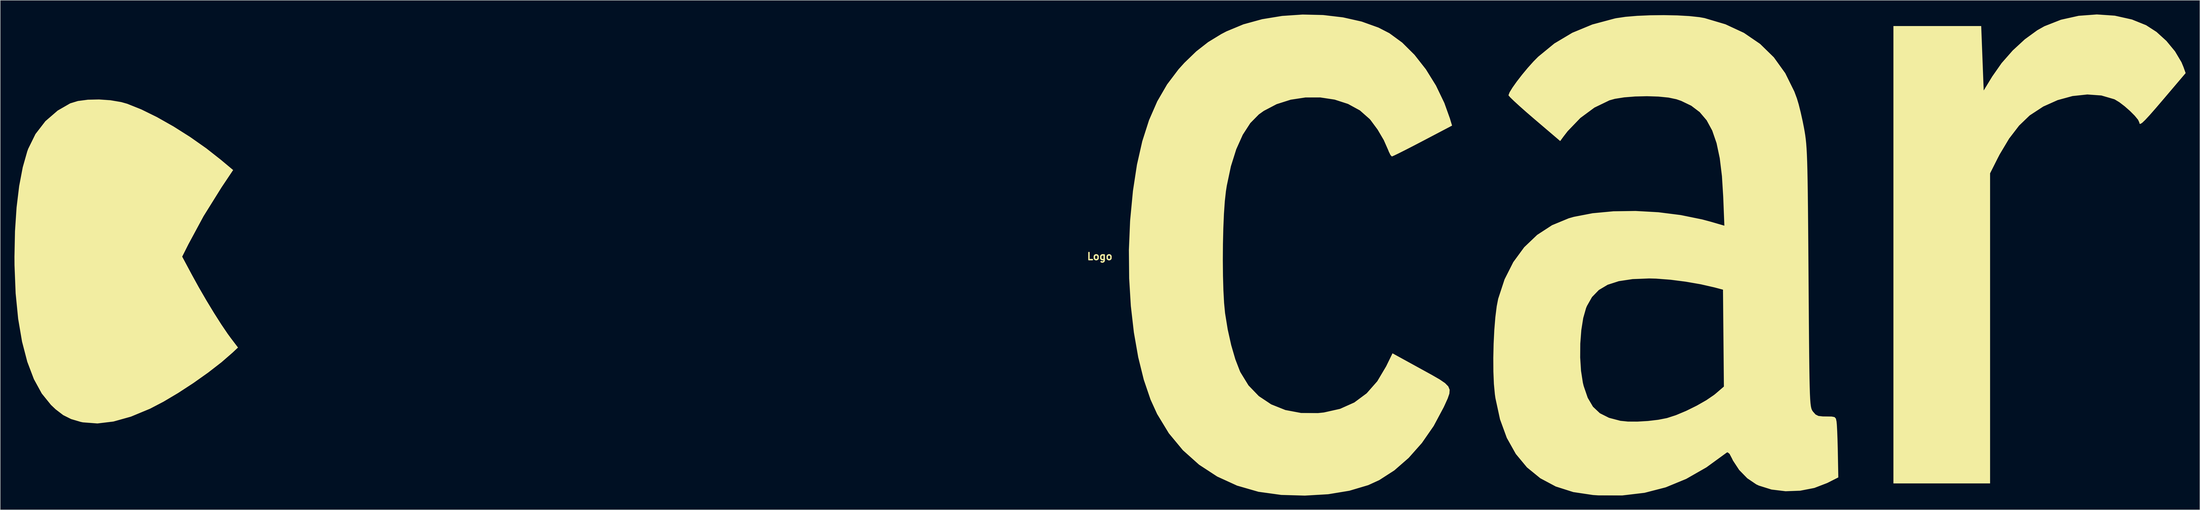
<source format=kicad_pcb>
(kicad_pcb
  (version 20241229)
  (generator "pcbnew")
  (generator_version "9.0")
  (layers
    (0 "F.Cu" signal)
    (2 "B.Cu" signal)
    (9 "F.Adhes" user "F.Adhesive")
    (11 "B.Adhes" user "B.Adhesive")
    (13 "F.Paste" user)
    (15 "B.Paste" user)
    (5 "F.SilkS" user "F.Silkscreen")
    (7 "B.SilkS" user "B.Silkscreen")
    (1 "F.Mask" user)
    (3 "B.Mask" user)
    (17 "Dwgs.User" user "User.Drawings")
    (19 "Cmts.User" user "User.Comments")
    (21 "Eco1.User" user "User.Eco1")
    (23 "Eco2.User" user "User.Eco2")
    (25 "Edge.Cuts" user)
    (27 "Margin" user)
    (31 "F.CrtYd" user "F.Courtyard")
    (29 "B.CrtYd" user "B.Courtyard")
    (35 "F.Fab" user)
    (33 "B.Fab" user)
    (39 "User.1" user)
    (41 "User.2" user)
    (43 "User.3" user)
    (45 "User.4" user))
  (footprint "Logo"
    (layer "F.Cu")
    (at 228.958 51.103)
    (property "Reference" "Logo" (at 0 0 0) (layer "F.SilkS") (effects (font (size 1.5 1.5) (thickness 0.3))))
    (attr board_only exclude_from_pos_files exclude_from_bom)
    (fp_poly (pts (xy 214.132 -50.843) (xy 217.74 -50.035) (xy 220.73 -48.83) (xy 222.927 -47.41) (xy 225.018 -45.507) (xy 226.831 -43.31) (xy 228.195 -41.011) (xy 228.609 -40.017) (xy 229.073 -38.715) (xy 224.484 -33.31) (xy 222.79 -31.327) (xy 221.497 -29.852) (xy 220.555 -28.834) (xy 219.915 -28.225) (xy 219.526 -27.977) (xy 219.338 -28.041) (xy 219.299 -28.283) (xy 219.031 -28.862) (xy 218.329 -29.717) (xy 217.339 -30.711) (xy 216.209 -31.705) (xy 215.089 -32.562) (xy 214.126 -33.145) (xy 214.005 -33.2) (xy 211.298 -33.987) (xy 208.323 -34.201) (xy 205.204 -33.868) (xy 202.067 -33.011) (xy 199.04 -31.656) (xy 196.246 -29.827) (xy 196.118 -29.726) (xy 193.943 -27.633) (xy 191.836 -24.887) (xy 189.843 -21.548) (xy 189.387 -20.667) (xy 187.817 -17.544) (xy 187.817 15.197) (xy 187.817 47.938) (xy 177.621 47.938) (xy 167.425 47.938) (xy 167.425 -0.358) (xy 167.425 -48.654) (xy 176.685 -48.654) (xy 185.945 -48.654) (xy 186.207 -41.849) (xy 186.469 -35.045) (xy 188.273 -38.004) (xy 190.249 -40.829) (xy 192.592 -43.496) (xy 195.15 -45.856) (xy 197.767 -47.761) (xy 199.281 -48.614) (xy 202.771 -49.987) (xy 206.505 -50.818) (xy 210.339 -51.103)) (stroke (width 0) (type solid)) (fill yes) (layer "F.SilkS"))
    (fp_poly (pts (xy -208.703 -32.981) (xy -206.436 -32.595) (xy -205.168 -32.236) (xy -202.198 -31.047) (xy -198.894 -29.421) (xy -195.406 -27.447) (xy -191.882 -25.216) (xy -188.474 -22.816) (xy -185.41 -20.405) (xy -182.824 -18.241) (xy -185.274 -14.576) (xy -189.065 -8.495) (xy -192.258 -2.571) (xy -193.572 0.045) (xy -191.529 3.868) (xy -190.053 6.548) (xy -188.464 9.289) (xy -186.858 11.939) (xy -185.329 14.343) (xy -183.972 16.346) (xy -183.331 17.223) (xy -181.8 19.241) (xy -182.93 20.304) (xy -185.284 22.352) (xy -188.11 24.543) (xy -191.218 26.747) (xy -194.418 28.836) (xy -197.521 30.68) (xy -200.337 32.151) (xy -200.348 32.157) (xy -204.378 33.831) (xy -208.084 34.87) (xy -211.463 35.275) (xy -214.516 35.044) (xy -215.006 34.941) (xy -217.005 34.348) (xy -218.673 33.516) (xy -220.27 32.294) (xy -221.267 31.348) (xy -223.198 28.955) (xy -224.86 25.919) (xy -226.247 22.262) (xy -227.355 18.005) (xy -228.178 13.172) (xy -228.71 7.784) (xy -228.946 1.864) (xy -228.958 0.086) (xy -228.845 -5.344) (xy -228.511 -10.347) (xy -227.964 -14.859) (xy -227.212 -18.82) (xy -226.264 -22.164) (xy -226.063 -22.722) (xy -224.525 -25.848) (xy -222.428 -28.567) (xy -219.838 -30.806) (xy -217.198 -32.326) (xy -215.575 -32.823) (xy -213.48 -33.097) (xy -211.12 -33.149)) (stroke (width 0) (type solid)) (fill yes) (layer "F.SilkS"))
    (fp_poly (pts (xy 47.108 -50.98) (xy 51.305 -50.484) (xy 55.247 -49.597) (xy 58.807 -48.319) (xy 61.098 -47.137) (xy 63.803 -45.156) (xy 66.397 -42.576) (xy 68.798 -39.513) (xy 70.924 -36.083) (xy 72.693 -32.404) (xy 73.862 -29.139) (xy 74.317 -27.628) (xy 68.113 -24.368) (xy 66.187 -23.363) (xy 64.474 -22.484) (xy 63.076 -21.781) (xy 62.094 -21.306) (xy 61.63 -21.109) (xy 61.614 -21.107) (xy 61.321 -21.411) (xy 60.952 -22.168) (xy 60.847 -22.449) (xy 59.911 -24.567) (xy 58.605 -26.789) (xy 57.13 -28.785) (xy 56.927 -29.02) (xy 54.872 -30.835) (xy 52.373 -32.202) (xy 49.546 -33.117) (xy 46.508 -33.575) (xy 43.378 -33.57) (xy 40.271 -33.098) (xy 37.305 -32.155) (xy 34.598 -30.735) (xy 33.559 -29.989) (xy 31.762 -28.164) (xy 30.167 -25.697) (xy 28.793 -22.637) (xy 27.662 -19.035) (xy 26.796 -14.94) (xy 26.609 -13.744) (xy 26.375 -11.635) (xy 26.192 -8.969) (xy 26.061 -5.906) (xy 25.983 -2.604) (xy 25.959 0.78) (xy 25.991 4.086) (xy 26.079 7.158) (xy 26.225 9.837) (xy 26.429 11.964) (xy 26.431 11.985) (xy 26.99 15.435) (xy 27.727 18.742) (xy 28.595 21.721) (xy 29.547 24.193) (xy 29.683 24.485) (xy 31.374 27.241) (xy 33.551 29.502) (xy 36.161 31.244) (xy 39.147 32.44) (xy 42.455 33.062) (xy 46.03 33.085) (xy 47.282 32.954) (xy 50.693 32.189) (xy 53.695 30.844) (xy 56.304 28.907) (xy 58.537 26.367) (xy 60.409 23.213) (xy 60.415 23.2) (xy 61.753 20.463) (xy 67.814 23.795) (xy 70.032 25.016) (xy 71.687 25.97) (xy 72.831 26.75) (xy 73.521 27.45) (xy 73.809 28.161) (xy 73.751 28.977) (xy 73.401 29.991) (xy 72.813 31.295) (xy 72.548 31.865) (xy 70.439 35.815) (xy 67.952 39.402) (xy 65.16 42.552) (xy 62.136 45.19) (xy 58.953 47.241) (xy 56.633 48.301) (xy 52.661 49.482) (xy 48.182 50.221) (xy 43.254 50.511) (xy 38.279 50.369) (xy 33.474 49.706) (xy 28.957 48.402) (xy 24.768 46.485) (xy 20.946 43.985) (xy 17.534 40.931) (xy 14.57 37.354) (xy 12.096 33.282) (xy 10.708 30.234) (xy 9.283 26.043) (xy 8.108 21.283) (xy 7.194 16.058) (xy 6.553 10.474) (xy 6.198 4.635) (xy 6.14 -1.353) (xy 6.392 -7.385) (xy 6.413 -7.692) (xy 6.997 -13.842) (xy 7.842 -19.372) (xy 8.967 -24.333) (xy 10.389 -28.777) (xy 12.126 -32.756) (xy 14.197 -36.321) (xy 16.618 -39.525) (xy 17.846 -40.884) (xy 20.355 -43.307) (xy 22.859 -45.263) (xy 25.621 -46.951) (xy 26.725 -47.528) (xy 30.299 -49.014) (xy 34.251 -50.1) (xy 38.454 -50.789) (xy 42.782 -51.082)) (stroke (width 0) (type solid)) (fill yes) (layer "F.SilkS"))
    (fp_poly (pts (xy 121.777 -50.902) (xy 124.338 -50.76) (xy 126.483 -50.531) (xy 127.578 -50.334) (xy 131.989 -49.024) (xy 135.896 -47.207) (xy 139.3 -44.881) (xy 142.203 -42.044) (xy 144.609 -38.695) (xy 146.519 -34.831) (xy 147.069 -33.361) (xy 147.433 -32.142) (xy 147.855 -30.464) (xy 148.275 -28.576) (xy 148.551 -27.189) (xy 148.694 -26.396) (xy 148.819 -25.617) (xy 148.927 -24.797) (xy 149.021 -23.882) (xy 149.101 -22.816) (xy 149.17 -21.546) (xy 149.228 -20.017) (xy 149.279 -18.173) (xy 149.323 -15.961) (xy 149.363 -13.325) (xy 149.399 -10.211) (xy 149.433 -6.564) (xy 149.468 -2.329) (xy 149.505 2.548) (xy 149.518 4.357) (xy 149.555 9.434) (xy 149.589 13.844) (xy 149.621 17.637) (xy 149.653 20.861) (xy 149.686 23.565) (xy 149.722 25.799) (xy 149.764 27.61) (xy 149.811 29.049) (xy 149.867 30.163) (xy 149.933 31.002) (xy 150.01 31.615) (xy 150.101 32.051) (xy 150.206 32.358) (xy 150.327 32.586) (xy 150.466 32.783) (xy 150.477 32.797) (xy 151.003 33.386) (xy 151.6 33.686) (xy 152.522 33.791) (xy 153.249 33.798) (xy 154.393 33.813) (xy 155.012 33.934) (xy 155.294 34.254) (xy 155.427 34.865) (xy 155.428 34.871) (xy 155.495 35.609) (xy 155.564 36.902) (xy 155.628 38.593) (xy 155.681 40.52) (xy 155.698 41.31) (xy 155.799 46.667) (xy 153.473 47.844) (xy 150.746 48.894) (xy 147.751 49.477) (xy 144.675 49.591) (xy 141.709 49.233) (xy 139.041 48.398) (xy 138.487 48.137) (xy 136.594 46.853) (xy 134.881 45.096) (xy 133.573 43.105) (xy 133.373 42.683) (xy 132.858 41.703) (xy 132.449 41.366) (xy 132.25 41.434) (xy 127.971 44.549) (xy 123.714 46.983) (xy 119.394 48.764) (xy 114.925 49.92) (xy 110.221 50.478) (xy 105.197 50.464) (xy 104.035 50.387) (xy 99.89 49.768) (xy 96.185 48.586) (xy 92.926 46.846) (xy 90.117 44.553) (xy 87.762 41.712) (xy 85.865 38.326) (xy 84.432 34.401) (xy 83.467 29.942) (xy 83.349 29.12) (xy 83.143 26.944) (xy 83.034 24.329) (xy 83.016 21.444) (xy 83.018 21.345) (xy 101.344 21.345) (xy 101.523 24.16) (xy 101.909 26.654) (xy 102.082 27.368) (xy 102.936 29.857) (xy 104.044 31.743) (xy 105.506 33.12) (xy 107.421 34.083) (xy 109.828 34.717) (xy 111.417 34.877) (xy 113.449 34.883) (xy 115.675 34.75) (xy 117.844 34.492) (xy 119.642 34.139) (xy 121.533 33.529) (xy 123.699 32.621) (xy 125.915 31.528) (xy 127.956 30.364) (xy 129.596 29.243) (xy 129.957 28.949) (xy 131.662 27.482) (xy 131.567 17.252) (xy 131.472 7.023) (xy 129.683 6.548) (xy 126.792 5.887) (xy 123.588 5.331) (xy 120.35 4.918) (xy 117.354 4.687) (xy 115.892 4.651) (xy 112.394 4.789) (xy 109.5 5.223) (xy 107.149 5.98) (xy 105.284 7.089) (xy 103.842 8.578) (xy 102.766 10.475) (xy 102.577 10.935) (xy 101.989 13.004) (xy 101.583 15.564) (xy 101.366 18.412) (xy 101.344 21.345) (xy 83.018 21.345) (xy 83.083 18.453) (xy 83.229 15.526) (xy 83.449 12.829) (xy 83.737 10.528) (xy 84.046 8.944) (xy 85.395 4.835) (xy 87.233 1.197) (xy 89.533 -1.94) (xy 92.268 -4.547) (xy 95.41 -6.595) (xy 98.934 -8.054) (xy 100.021 -8.363) (xy 103.957 -9.122) (xy 108.347 -9.533) (xy 113.023 -9.601) (xy 117.819 -9.332) (xy 122.566 -8.732) (xy 127.097 -7.807) (xy 128.899 -7.323) (xy 131.761 -6.491) (xy 131.523 -12.535) (xy 131.25 -16.96) (xy 130.789 -20.74) (xy 130.114 -23.929) (xy 129.201 -26.579) (xy 128.025 -28.743) (xy 126.559 -30.473) (xy 124.78 -31.823) (xy 122.661 -32.844) (xy 121.641 -33.195) (xy 119.977 -33.546) (xy 117.841 -33.758) (xy 115.437 -33.835) (xy 112.971 -33.779) (xy 110.646 -33.595) (xy 108.668 -33.285) (xy 107.532 -32.97) (xy 104.349 -31.43) (xy 101.386 -29.241) (xy 98.707 -26.454) (xy 97.836 -25.328) (xy 97.128 -24.362) (xy 91.673 -29.015) (xy 90.01 -30.45) (xy 88.552 -31.743) (xy 87.38 -32.817) (xy 86.578 -33.597) (xy 86.226 -34.007) (xy 86.217 -34.036) (xy 86.444 -34.646) (xy 87.06 -35.654) (xy 87.97 -36.936) (xy 89.075 -38.365) (xy 90.279 -39.816) (xy 91.485 -41.163) (xy 92.474 -42.164) (xy 95.892 -44.97) (xy 99.685 -47.234) (xy 103.911 -48.983) (xy 108.627 -50.247) (xy 108.979 -50.319) (xy 110.944 -50.607) (xy 113.385 -50.81) (xy 116.122 -50.927) (xy 118.979 -50.958)) (stroke (width 0) (type solid)) (fill yes) (layer "F.SilkS")))
  (gr_rect
    (start -3 -3)
    (end 461.031 104.615)
    (stroke (width 0.1) (type default))
    (fill no)
    (layer "Edge.Cuts")))
</source>
